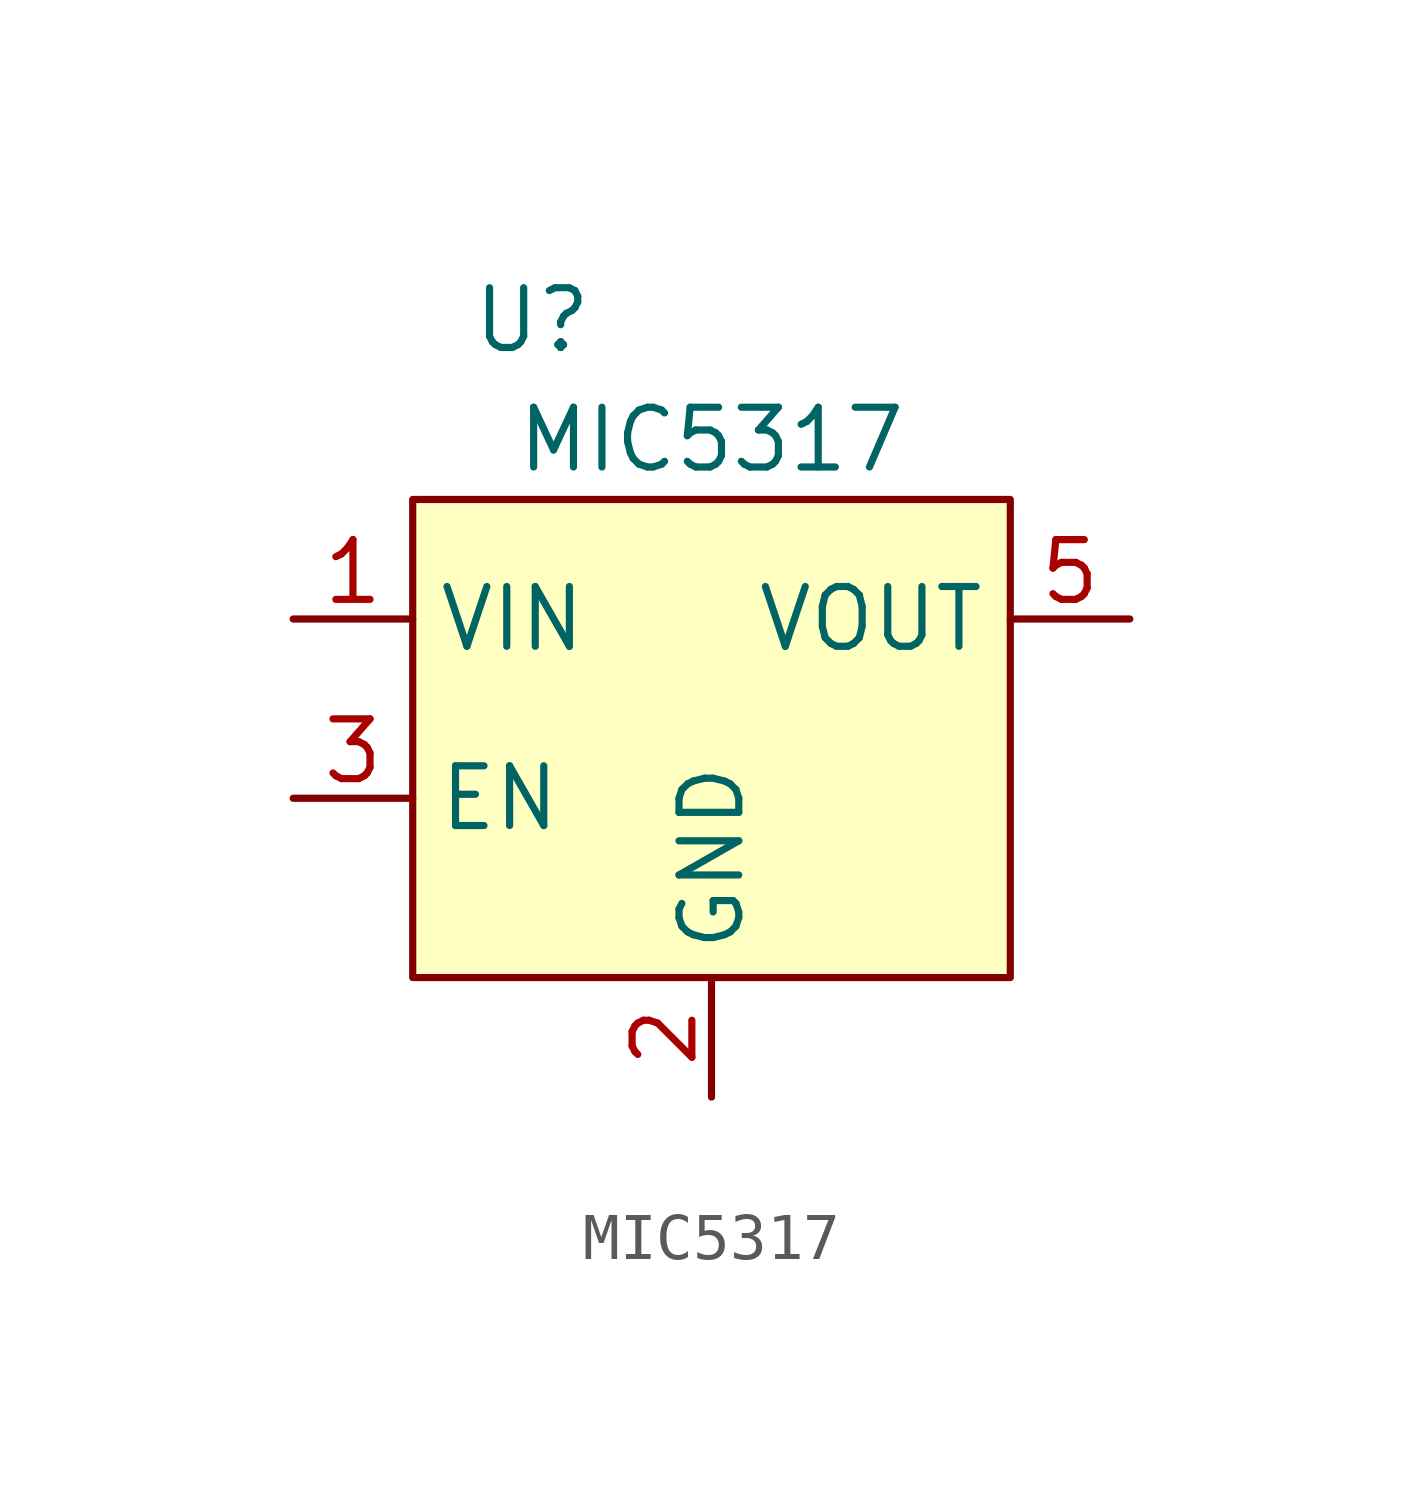
<source format=kicad_sym>
(kicad_symbol_lib
  (version 20211014)
  (generator kicad_symbol_editor)
  (symbol "MIC5317"
    (property "Reference" "U"
      (at -3.81 6.35 0)
      (effects (font (size 1.27 1.27))))
    (property "Value" "MIC5317"
      (at 0 3.81 0)
      (effects (font (size 1.27 1.27))))
    (symbol "MIC5317_0_1"
      (rectangle (start -6.35 2.54) (end 6.35 -7.62) (stroke (width 0) (type default) (color 0 0 0 0)) (fill (type background))))
    (symbol "MIC5317_1_1"
      (pin passive line (at -8.89 0 0) (length 2.54) (name "VIN" (effects (font (size 1.27 1.27)))) (number "1" (effects (font (size 1.27 1.27)))))
      (pin passive line (at 0 -10.16 90) (length 2.54) (name "GND" (effects (font (size 1.27 1.27)))) (number "2" (effects (font (size 1.27 1.27)))))
      (pin passive line (at -8.89 -3.81 0) (length 2.54) (name "EN" (effects (font (size 1.27 1.27)))) (number "3" (effects (font (size 1.27 1.27)))))
      (pin no_connect line (at 2.54 -10.16 90) (length 2.54) hide (name "NC" (effects (font (size 1.27 1.27)))) (number "4" (effects (font (size 1.27 1.27)))))
      (pin passive line (at 8.89 0 180) (length 2.54) (name "VOUT" (effects (font (size 1.27 1.27)))) (number "5" (effects (font (size 1.27 1.27))))))))
</source>
